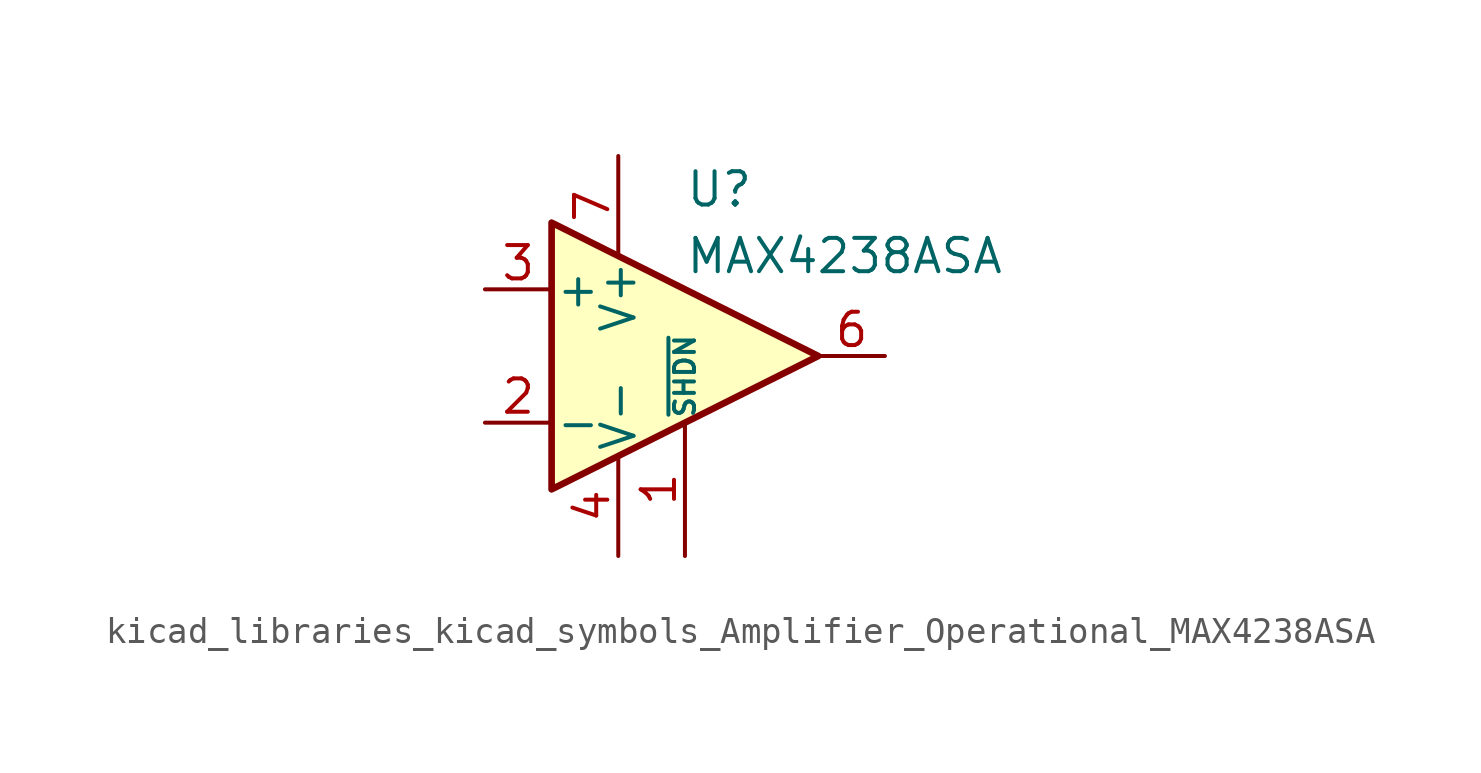
<source format=kicad_sym>
(kicad_symbol_lib
  (version 20220914)
  (generator kicad_symbol_editor)
  (symbol "kicad_libraries_kicad_symbols_Amplifier_Operational_MAX4238ASA"
    (pin_names
      (offset 0.127))
    (property "Reference" "U"
      (at 0 6.35 0)
      (effects (font (size 1.27 1.27)) (justify left)))
    (property "Value" "MAX4238ASA"
      (at 0 3.81 0)
      (effects (font (size 1.27 1.27)) (justify left)))
    (symbol "kicad_libraries_kicad_symbols_Amplifier_Operational_MAX4238ASA_0_1"
      (polyline (pts (xy -5.08 5.08) (xy 5.08 0) (xy -5.08 -5.08) (xy -5.08 5.08)) (stroke (width 0.254) (type default)) (fill (type background))))
    (symbol "kicad_libraries_kicad_symbols_Amplifier_Operational_MAX4238ASA_1_1"
      (pin input line (at 0 -7.62 90) (length 5.08) (name "~{SHDN}" (effects (font (size 0.762 0.762)))) (number "1" (effects (font (size 1.27 1.27)))))
      (pin input line (at -7.62 -2.54 0) (length 2.54) (name "-" (effects (font (size 1.27 1.27)))) (number "2" (effects (font (size 1.27 1.27)))))
      (pin input line (at -7.62 2.54 0) (length 2.54) (name "+" (effects (font (size 1.27 1.27)))) (number "3" (effects (font (size 1.27 1.27)))))
      (pin power_in line (at -2.54 -7.62 90) (length 3.81) (name "V-" (effects (font (size 1.27 1.27)))) (number "4" (effects (font (size 1.27 1.27)))))
      (pin no_connect line (at 0 -2.54 90) (length 2.54) hide (name "NC" (effects (font (size 1.27 1.27)))) (number "5" (effects (font (size 1.27 1.27)))))
      (pin output line (at 7.62 0 180) (length 2.54) (name "~" (effects (font (size 1.27 1.27)))) (number "6" (effects (font (size 1.27 1.27)))))
      (pin power_in line (at -2.54 7.62 270) (length 3.81) (name "V+" (effects (font (size 1.27 1.27)))) (number "7" (effects (font (size 1.27 1.27)))))
      (pin no_connect line (at 0 2.54 270) (length 2.54) hide (name "NC" (effects (font (size 1.27 1.27)))) (number "8" (effects (font (size 1.27 1.27))))))))
</source>
